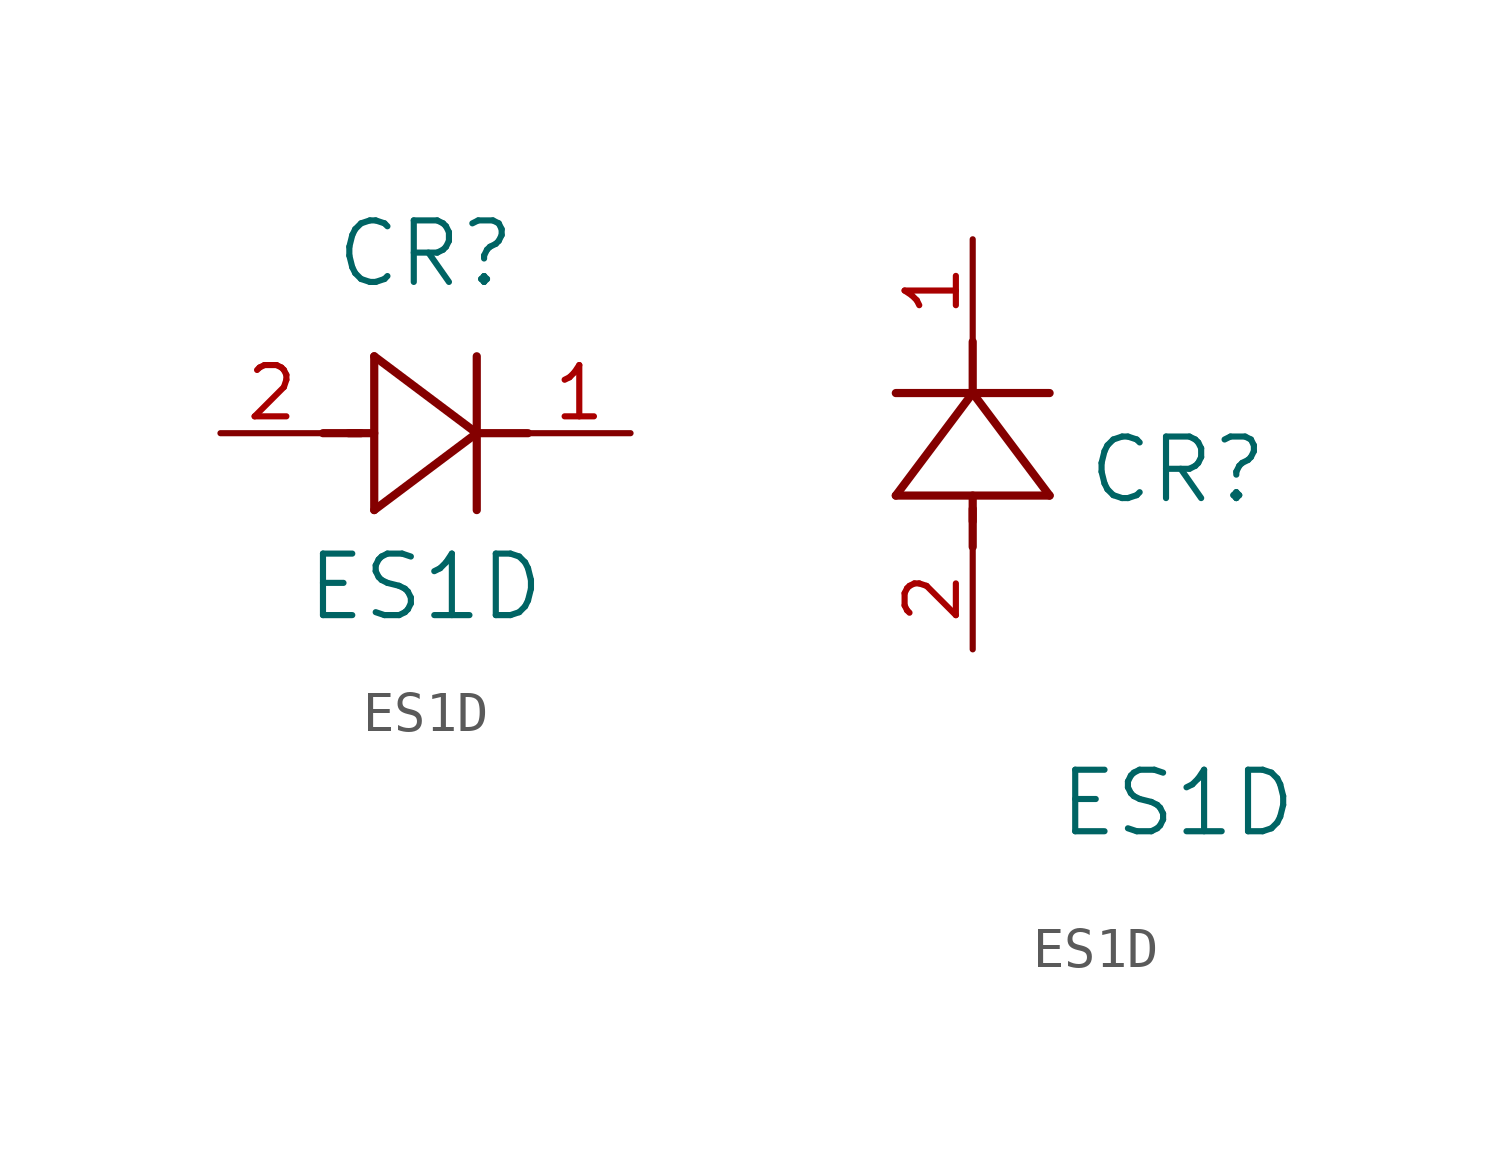
<source format=kicad_sym>
(kicad_symbol_lib
  (version 20211014)
  (generator kicad_symbol_editor)
  (symbol "ES1D"
    (pin_names
      (offset 0.254))
    (property "Reference" "CR"
      (at 5.08 4.445 0)
      (effects (font (size 1.524 1.524))))
    (property "Value" "ES1D"
      (at 5.08 -3.81 0)
      (effects (font (size 1.524 1.524))))
    (symbol "ES1D_1_1"
      (polyline (pts (xy 2.54 0) (xy 3.48 0)) (stroke (width 0.203) (type default) (color 0 0 0 0)) (fill (type none)))
      (polyline (pts (xy 3.81 1.905) (xy 3.81 -1.905)) (stroke (width 0.203) (type default) (color 0 0 0 0)) (fill (type none)))
      (polyline (pts (xy 3.175 0) (xy 3.81 0)) (stroke (width 0.203) (type default) (color 0 0 0 0)) (fill (type none)))
      (polyline (pts (xy 6.35 -1.905) (xy 6.35 1.905)) (stroke (width 0.203) (type default) (color 0 0 0 0)) (fill (type none)))
      (polyline (pts (xy 6.35 0) (xy 7.62 0)) (stroke (width 0.203) (type default) (color 0 0 0 0)) (fill (type none)))
      (polyline (pts (xy 6.35 0) (xy 3.81 1.905)) (stroke (width 0.203) (type default) (color 0 0 0 0)) (fill (type none)))
      (polyline (pts (xy 3.81 -1.905) (xy 6.35 0)) (stroke (width 0.203) (type default) (color 0 0 0 0)) (fill (type none)))
      (pin unspecified line (at 0 0 0) (length 2.54) (name "" (effects (font (size 1.27 1.27)))) (number "2" (effects (font (size 1.27 1.27)))))
      (pin unspecified line (at 10.16 0 180) (length 2.54) (name "" (effects (font (size 1.27 1.27)))) (number "1" (effects (font (size 1.27 1.27))))))
    (symbol "ES1D_1_2"
      (polyline (pts (xy 0 2.54) (xy 0 3.48)) (stroke (width 0.203) (type default) (color 0 0 0 0)) (fill (type none)))
      (polyline (pts (xy -1.905 3.81) (xy 1.905 3.81)) (stroke (width 0.203) (type default) (color 0 0 0 0)) (fill (type none)))
      (polyline (pts (xy 0 3.175) (xy 0 3.81)) (stroke (width 0.203) (type default) (color 0 0 0 0)) (fill (type none)))
      (polyline (pts (xy 1.905 6.35) (xy -1.905 6.35)) (stroke (width 0.203) (type default) (color 0 0 0 0)) (fill (type none)))
      (polyline (pts (xy 0 6.35) (xy 0 7.62)) (stroke (width 0.203) (type default) (color 0 0 0 0)) (fill (type none)))
      (polyline (pts (xy 0 6.35) (xy -1.905 3.81)) (stroke (width 0.203) (type default) (color 0 0 0 0)) (fill (type none)))
      (polyline (pts (xy 1.905 3.81) (xy 0 6.35)) (stroke (width 0.203) (type default) (color 0 0 0 0)) (fill (type none)))
      (pin unspecified line (at 0 0 90) (length 2.54) (name "" (effects (font (size 1.27 1.27)))) (number "2" (effects (font (size 1.27 1.27)))))
      (pin unspecified line (at 0 10.16 270) (length 2.54) (name "" (effects (font (size 1.27 1.27)))) (number "1" (effects (font (size 1.27 1.27))))))))
</source>
